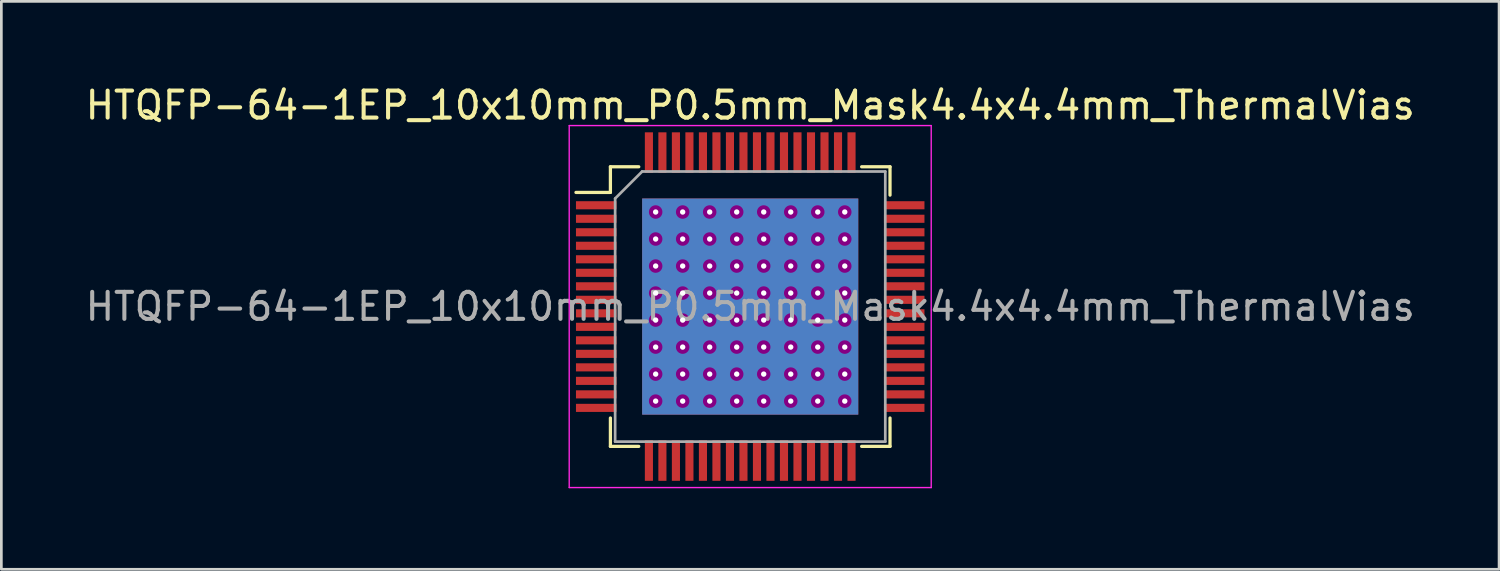
<source format=kicad_pcb>
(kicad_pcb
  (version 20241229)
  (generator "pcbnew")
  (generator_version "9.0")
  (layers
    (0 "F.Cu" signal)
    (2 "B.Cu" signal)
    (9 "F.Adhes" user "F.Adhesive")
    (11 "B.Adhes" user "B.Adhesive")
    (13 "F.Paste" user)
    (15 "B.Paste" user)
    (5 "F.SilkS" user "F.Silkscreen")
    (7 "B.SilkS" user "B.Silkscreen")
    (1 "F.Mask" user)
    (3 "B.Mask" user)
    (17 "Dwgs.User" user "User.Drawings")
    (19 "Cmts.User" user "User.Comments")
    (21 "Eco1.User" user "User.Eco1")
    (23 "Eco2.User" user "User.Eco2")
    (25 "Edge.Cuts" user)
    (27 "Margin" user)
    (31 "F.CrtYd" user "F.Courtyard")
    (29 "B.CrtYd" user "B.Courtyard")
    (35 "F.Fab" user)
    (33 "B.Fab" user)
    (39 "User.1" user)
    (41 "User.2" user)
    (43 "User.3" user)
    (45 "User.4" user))
  (footprint "HTQFP-64-1EP_10x10mm_P0.5mm_Mask4.4x4.4mm_ThermalVias"
    (layer "F.Cu")
    (at 24.72 8.298)
    (property "Reference" "HTQFP-64-1EP_10x10mm_P0.5mm_Mask4.4x4.4mm_ThermalVias" (at 0 -7.45 0) (layer "F.SilkS") (effects (font (size 1 1) (thickness 0.15))))
    (attr smd)
    (fp_line (start -5.175 -5.175) (end -5.175 -4.225) (stroke (width 0.12) (type solid)) (layer "F.SilkS"))
    (fp_line (start -5.175 -5.175) (end -4.125 -5.175) (stroke (width 0.12) (type solid)) (layer "F.SilkS"))
    (fp_line (start -5.175 -4.225) (end -6.45 -4.225) (stroke (width 0.12) (type solid)) (layer "F.SilkS"))
    (fp_line (start -5.175 5.175) (end -5.175 4.125) (stroke (width 0.12) (type solid)) (layer "F.SilkS"))
    (fp_line (start -5.175 5.175) (end -4.125 5.175) (stroke (width 0.12) (type solid)) (layer "F.SilkS"))
    (fp_line (start 5.175 -5.175) (end 4.125 -5.175) (stroke (width 0.12) (type solid)) (layer "F.SilkS"))
    (fp_line (start 5.175 -5.175) (end 5.175 -4.125) (stroke (width 0.12) (type solid)) (layer "F.SilkS"))
    (fp_line (start 5.175 5.175) (end 4.125 5.175) (stroke (width 0.12) (type solid)) (layer "F.SilkS"))
    (fp_line (start 5.175 5.175) (end 5.175 4.125) (stroke (width 0.12) (type solid)) (layer "F.SilkS"))
    (fp_line (start -6.7 -6.7) (end -6.7 6.7) (stroke (width 0.05) (type solid)) (layer "F.CrtYd"))
    (fp_line (start -6.7 -6.7) (end 6.7 -6.7) (stroke (width 0.05) (type solid)) (layer "F.CrtYd"))
    (fp_line (start -6.7 6.7) (end 6.7 6.7) (stroke (width 0.05) (type solid)) (layer "F.CrtYd"))
    (fp_line (start 6.7 -6.7) (end 6.7 6.7) (stroke (width 0.05) (type solid)) (layer "F.CrtYd"))
    (fp_line (start -5 -4) (end -4 -5) (stroke (width 0.1) (type solid)) (layer "F.Fab"))
    (fp_line (start -5 5) (end -5 -4) (stroke (width 0.1) (type solid)) (layer "F.Fab"))
    (fp_line (start -4 -5) (end 5 -5) (stroke (width 0.1) (type solid)) (layer "F.Fab"))
    (fp_line (start 5 -5) (end 5 5) (stroke (width 0.1) (type solid)) (layer "F.Fab"))
    (fp_line (start 5 5) (end -5 5) (stroke (width 0.1) (type solid)) (layer "F.Fab"))
    (fp_text user "${REFERENCE}" (at 0 0 0) (layer "F.Fab") (effects (font (size 1 1) (thickness 0.15))))
    (pad "" smd rect (at -1.1 -1.1 180) (size 1.75 1.75) (layers "F.Paste"))
    (pad "" smd rect (at -1.1 1.1 180) (size 1.75 1.75) (layers "F.Paste"))
    (pad "" smd rect (at 1.1 -1.1 180) (size 1.75 1.75) (layers "F.Paste"))
    (pad "" smd rect (at 1.1 1.1 180) (size 1.75 1.75) (layers "F.Paste"))
    (pad "1" smd rect (at -5.7 -3.75) (size 1.5 0.3) (layers "F.Cu" "F.Mask" "F.Paste"))
    (pad "2" smd rect (at -5.7 -3.25) (size 1.5 0.3) (layers "F.Cu" "F.Mask" "F.Paste"))
    (pad "3" smd rect (at -5.7 -2.75) (size 1.5 0.3) (layers "F.Cu" "F.Mask" "F.Paste"))
    (pad "4" smd rect (at -5.7 -2.25) (size 1.5 0.3) (layers "F.Cu" "F.Mask" "F.Paste"))
    (pad "5" smd rect (at -5.7 -1.75) (size 1.5 0.3) (layers "F.Cu" "F.Mask" "F.Paste"))
    (pad "6" smd rect (at -5.7 -1.25) (size 1.5 0.3) (layers "F.Cu" "F.Mask" "F.Paste"))
    (pad "7" smd rect (at -5.7 -0.75) (size 1.5 0.3) (layers "F.Cu" "F.Mask" "F.Paste"))
    (pad "8" smd rect (at -5.7 -0.25) (size 1.5 0.3) (layers "F.Cu" "F.Mask" "F.Paste"))
    (pad "9" smd rect (at -5.7 0.25) (size 1.5 0.3) (layers "F.Cu" "F.Mask" "F.Paste"))
    (pad "10" smd rect (at -5.7 0.75) (size 1.5 0.3) (layers "F.Cu" "F.Mask" "F.Paste"))
    (pad "11" smd rect (at -5.7 1.25) (size 1.5 0.3) (layers "F.Cu" "F.Mask" "F.Paste"))
    (pad "12" smd rect (at -5.7 1.75) (size 1.5 0.3) (layers "F.Cu" "F.Mask" "F.Paste"))
    (pad "13" smd rect (at -5.7 2.25) (size 1.5 0.3) (layers "F.Cu" "F.Mask" "F.Paste"))
    (pad "14" smd rect (at -5.7 2.75) (size 1.5 0.3) (layers "F.Cu" "F.Mask" "F.Paste"))
    (pad "15" smd rect (at -5.7 3.25) (size 1.5 0.3) (layers "F.Cu" "F.Mask" "F.Paste"))
    (pad "16" smd rect (at -5.7 3.75) (size 1.5 0.3) (layers "F.Cu" "F.Mask" "F.Paste"))
    (pad "17" smd rect (at -3.75 5.7 90) (size 1.5 0.3) (layers "F.Cu" "F.Mask" "F.Paste"))
    (pad "18" smd rect (at -3.25 5.7 90) (size 1.5 0.3) (layers "F.Cu" "F.Mask" "F.Paste"))
    (pad "19" smd rect (at -2.75 5.7 90) (size 1.5 0.3) (layers "F.Cu" "F.Mask" "F.Paste"))
    (pad "20" smd rect (at -2.25 5.7 90) (size 1.5 0.3) (layers "F.Cu" "F.Mask" "F.Paste"))
    (pad "21" smd rect (at -1.75 5.7 90) (size 1.5 0.3) (layers "F.Cu" "F.Mask" "F.Paste"))
    (pad "22" smd rect (at -1.25 5.7 90) (size 1.5 0.3) (layers "F.Cu" "F.Mask" "F.Paste"))
    (pad "23" smd rect (at -0.75 5.7 90) (size 1.5 0.3) (layers "F.Cu" "F.Mask" "F.Paste"))
    (pad "24" smd rect (at -0.25 5.7 90) (size 1.5 0.3) (layers "F.Cu" "F.Mask" "F.Paste"))
    (pad "25" smd rect (at 0.25 5.7 90) (size 1.5 0.3) (layers "F.Cu" "F.Mask" "F.Paste"))
    (pad "26" smd rect (at 0.75 5.7 90) (size 1.5 0.3) (layers "F.Cu" "F.Mask" "F.Paste"))
    (pad "27" smd rect (at 1.25 5.7 90) (size 1.5 0.3) (layers "F.Cu" "F.Mask" "F.Paste"))
    (pad "28" smd rect (at 1.75 5.7 90) (size 1.5 0.3) (layers "F.Cu" "F.Mask" "F.Paste"))
    (pad "29" smd rect (at 2.25 5.7 90) (size 1.5 0.3) (layers "F.Cu" "F.Mask" "F.Paste"))
    (pad "30" smd rect (at 2.75 5.7 90) (size 1.5 0.3) (layers "F.Cu" "F.Mask" "F.Paste"))
    (pad "31" smd rect (at 3.25 5.7 90) (size 1.5 0.3) (layers "F.Cu" "F.Mask" "F.Paste"))
    (pad "32" smd rect (at 3.75 5.7 90) (size 1.5 0.3) (layers "F.Cu" "F.Mask" "F.Paste"))
    (pad "33" smd rect (at 5.7 3.75) (size 1.5 0.3) (layers "F.Cu" "F.Mask" "F.Paste"))
    (pad "34" smd rect (at 5.7 3.25) (size 1.5 0.3) (layers "F.Cu" "F.Mask" "F.Paste"))
    (pad "35" smd rect (at 5.7 2.75) (size 1.5 0.3) (layers "F.Cu" "F.Mask" "F.Paste"))
    (pad "36" smd rect (at 5.7 2.25) (size 1.5 0.3) (layers "F.Cu" "F.Mask" "F.Paste"))
    (pad "37" smd rect (at 5.7 1.75) (size 1.5 0.3) (layers "F.Cu" "F.Mask" "F.Paste"))
    (pad "38" smd rect (at 5.7 1.25) (size 1.5 0.3) (layers "F.Cu" "F.Mask" "F.Paste"))
    (pad "39" smd rect (at 5.7 0.75) (size 1.5 0.3) (layers "F.Cu" "F.Mask" "F.Paste"))
    (pad "40" smd rect (at 5.7 0.25) (size 1.5 0.3) (layers "F.Cu" "F.Mask" "F.Paste"))
    (pad "41" smd rect (at 5.7 -0.25) (size 1.5 0.3) (layers "F.Cu" "F.Mask" "F.Paste"))
    (pad "42" smd rect (at 5.7 -0.75) (size 1.5 0.3) (layers "F.Cu" "F.Mask" "F.Paste"))
    (pad "43" smd rect (at 5.7 -1.25) (size 1.5 0.3) (layers "F.Cu" "F.Mask" "F.Paste"))
    (pad "44" smd rect (at 5.7 -1.75) (size 1.5 0.3) (layers "F.Cu" "F.Mask" "F.Paste"))
    (pad "45" smd rect (at 5.7 -2.25) (size 1.5 0.3) (layers "F.Cu" "F.Mask" "F.Paste"))
    (pad "46" smd rect (at 5.7 -2.75) (size 1.5 0.3) (layers "F.Cu" "F.Mask" "F.Paste"))
    (pad "47" smd rect (at 5.7 -3.25) (size 1.5 0.3) (layers "F.Cu" "F.Mask" "F.Paste"))
    (pad "48" smd rect (at 5.7 -3.75) (size 1.5 0.3) (layers "F.Cu" "F.Mask" "F.Paste"))
    (pad "49" smd rect (at 3.75 -5.7 90) (size 1.5 0.3) (layers "F.Cu" "F.Mask" "F.Paste"))
    (pad "50" smd rect (at 3.25 -5.7 90) (size 1.5 0.3) (layers "F.Cu" "F.Mask" "F.Paste"))
    (pad "51" smd rect (at 2.75 -5.7 90) (size 1.5 0.3) (layers "F.Cu" "F.Mask" "F.Paste"))
    (pad "52" smd rect (at 2.25 -5.7 90) (size 1.5 0.3) (layers "F.Cu" "F.Mask" "F.Paste"))
    (pad "53" smd rect (at 1.75 -5.7 90) (size 1.5 0.3) (layers "F.Cu" "F.Mask" "F.Paste"))
    (pad "54" smd rect (at 1.25 -5.7 90) (size 1.5 0.3) (layers "F.Cu" "F.Mask" "F.Paste"))
    (pad "55" smd rect (at 0.75 -5.7 90) (size 1.5 0.3) (layers "F.Cu" "F.Mask" "F.Paste"))
    (pad "56" smd rect (at 0.25 -5.7 90) (size 1.5 0.3) (layers "F.Cu" "F.Mask" "F.Paste"))
    (pad "57" smd rect (at -0.25 -5.7 90) (size 1.5 0.3) (layers "F.Cu" "F.Mask" "F.Paste"))
    (pad "58" smd rect (at -0.75 -5.7 90) (size 1.5 0.3) (layers "F.Cu" "F.Mask" "F.Paste"))
    (pad "59" smd rect (at -1.25 -5.7 90) (size 1.5 0.3) (layers "F.Cu" "F.Mask" "F.Paste"))
    (pad "60" smd rect (at -1.75 -5.7 90) (size 1.5 0.3) (layers "F.Cu" "F.Mask" "F.Paste"))
    (pad "61" smd rect (at -2.25 -5.7 90) (size 1.5 0.3) (layers "F.Cu" "F.Mask" "F.Paste"))
    (pad "62" smd rect (at -2.75 -5.7 90) (size 1.5 0.3) (layers "F.Cu" "F.Mask" "F.Paste"))
    (pad "63" smd rect (at -3.25 -5.7 90) (size 1.5 0.3) (layers "F.Cu" "F.Mask" "F.Paste"))
    (pad "64" smd rect (at -3.75 -5.7 90) (size 1.5 0.3) (layers "F.Cu" "F.Mask" "F.Paste"))
    (pad "65" thru_hole circle (at -3.5 -3.5 90) (size 0.5 0.5) (drill 0.2) (layers "*.Cu" "F.Adhes"))
    (pad "65" thru_hole circle (at -3.5 -2.5 90) (size 0.5 0.5) (drill 0.2) (layers "*.Cu" "F.Adhes"))
    (pad "65" thru_hole circle (at -3.5 -1.5 90) (size 0.5 0.5) (drill 0.2) (layers "*.Cu" "F.Adhes"))
    (pad "65" thru_hole circle (at -3.5 -0.5 90) (size 0.5 0.5) (drill 0.2) (layers "*.Cu" "F.Adhes"))
    (pad "65" thru_hole circle (at -3.5 0.5 90) (size 0.5 0.5) (drill 0.2) (layers "*.Cu" "F.Adhes"))
    (pad "65" thru_hole circle (at -3.5 1.5 90) (size 0.5 0.5) (drill 0.2) (layers "*.Cu" "F.Adhes"))
    (pad "65" thru_hole circle (at -3.5 2.5 90) (size 0.5 0.5) (drill 0.2) (layers "*.Cu" "F.Adhes"))
    (pad "65" thru_hole circle (at -3.5 3.5 90) (size 0.5 0.5) (drill 0.2) (layers "*.Cu" "F.Adhes"))
    (pad "65" thru_hole circle (at -2.5 -3.5 90) (size 0.5 0.5) (drill 0.2) (layers "*.Cu" "F.Adhes"))
    (pad "65" thru_hole circle (at -2.5 -2.5 90) (size 0.5 0.5) (drill 0.2) (layers "*.Cu" "F.Adhes"))
    (pad "65" thru_hole circle (at -2.5 -1.5 90) (size 0.5 0.5) (drill 0.2) (layers "*.Cu" "F.Adhes"))
    (pad "65" thru_hole circle (at -2.5 -0.5 90) (size 0.5 0.5) (drill 0.2) (layers "*.Cu" "F.Adhes"))
    (pad "65" thru_hole circle (at -2.5 0.5 90) (size 0.5 0.5) (drill 0.2) (layers "*.Cu" "F.Adhes"))
    (pad "65" thru_hole circle (at -2.5 1.5 90) (size 0.5 0.5) (drill 0.2) (layers "*.Cu" "F.Adhes"))
    (pad "65" thru_hole circle (at -2.5 2.5 90) (size 0.5 0.5) (drill 0.2) (layers "*.Cu" "F.Adhes"))
    (pad "65" thru_hole circle (at -2.5 3.5 90) (size 0.5 0.5) (drill 0.2) (layers "*.Cu" "F.Adhes"))
    (pad "65" thru_hole circle (at -1.5 -3.5 90) (size 0.5 0.5) (drill 0.2) (layers "*.Cu" "F.Adhes"))
    (pad "65" thru_hole circle (at -1.5 -2.5 90) (size 0.5 0.5) (drill 0.2) (layers "*.Cu" "F.Adhes"))
    (pad "65" thru_hole circle (at -1.5 -1.5 90) (size 0.5 0.5) (drill 0.2) (layers "*.Cu" "F.Adhes"))
    (pad "65" thru_hole circle (at -1.5 -0.5 90) (size 0.5 0.5) (drill 0.2) (layers "*.Cu" "F.Adhes"))
    (pad "65" thru_hole circle (at -1.5 0.5 90) (size 0.5 0.5) (drill 0.2) (layers "*.Cu" "F.Adhes"))
    (pad "65" thru_hole circle (at -1.5 1.5 90) (size 0.5 0.5) (drill 0.2) (layers "*.Cu" "F.Adhes"))
    (pad "65" thru_hole circle (at -1.5 2.5 90) (size 0.5 0.5) (drill 0.2) (layers "*.Cu" "F.Adhes"))
    (pad "65" thru_hole circle (at -1.5 3.5 90) (size 0.5 0.5) (drill 0.2) (layers "*.Cu" "F.Adhes"))
    (pad "65" thru_hole circle (at -0.5 -3.5 90) (size 0.5 0.5) (drill 0.2) (layers "*.Cu" "F.Adhes"))
    (pad "65" thru_hole circle (at -0.5 -2.5 90) (size 0.5 0.5) (drill 0.2) (layers "*.Cu" "F.Adhes"))
    (pad "65" thru_hole circle (at -0.5 -1.5 90) (size 0.5 0.5) (drill 0.2) (layers "*.Cu" "F.Adhes"))
    (pad "65" thru_hole circle (at -0.5 -0.5 90) (size 0.5 0.5) (drill 0.2) (layers "*.Cu" "F.Adhes"))
    (pad "65" thru_hole circle (at -0.5 0.5 90) (size 0.5 0.5) (drill 0.2) (layers "*.Cu" "F.Adhes"))
    (pad "65" thru_hole circle (at -0.5 1.5 90) (size 0.5 0.5) (drill 0.2) (layers "*.Cu" "F.Adhes"))
    (pad "65" thru_hole circle (at -0.5 2.5 90) (size 0.5 0.5) (drill 0.2) (layers "*.Cu" "F.Adhes"))
    (pad "65" thru_hole circle (at -0.5 3.5 90) (size 0.5 0.5) (drill 0.2) (layers "*.Cu" "F.Adhes"))
    (pad "65" smd rect (at 0 0 180) (size 8 8) (layers "F.Cu" "F.Mask"))
    (pad "65" smd rect (at 0 0 180) (size 8 8) (layers "B.Cu"))
    (pad "65" thru_hole circle (at 0.5 -3.5 90) (size 0.5 0.5) (drill 0.2) (layers "*.Cu" "F.Adhes"))
    (pad "65" thru_hole circle (at 0.5 -2.5 90) (size 0.5 0.5) (drill 0.2) (layers "*.Cu" "F.Adhes"))
    (pad "65" thru_hole circle (at 0.5 -1.5 90) (size 0.5 0.5) (drill 0.2) (layers "*.Cu" "F.Adhes"))
    (pad "65" thru_hole circle (at 0.5 -0.5 90) (size 0.5 0.5) (drill 0.2) (layers "*.Cu" "F.Adhes"))
    (pad "65" thru_hole circle (at 0.5 0.5 90) (size 0.5 0.5) (drill 0.2) (layers "*.Cu" "F.Adhes"))
    (pad "65" thru_hole circle (at 0.5 1.5 90) (size 0.5 0.5) (drill 0.2) (layers "*.Cu" "F.Adhes"))
    (pad "65" thru_hole circle (at 0.5 2.5 90) (size 0.5 0.5) (drill 0.2) (layers "*.Cu" "F.Adhes"))
    (pad "65" thru_hole circle (at 0.5 3.5 90) (size 0.5 0.5) (drill 0.2) (layers "*.Cu" "F.Adhes"))
    (pad "65" thru_hole circle (at 1.5 -3.5 90) (size 0.5 0.5) (drill 0.2) (layers "*.Cu" "F.Adhes"))
    (pad "65" thru_hole circle (at 1.5 -2.5 90) (size 0.5 0.5) (drill 0.2) (layers "*.Cu" "F.Adhes"))
    (pad "65" thru_hole circle (at 1.5 -1.5 90) (size 0.5 0.5) (drill 0.2) (layers "*.Cu" "F.Adhes"))
    (pad "65" thru_hole circle (at 1.5 -0.5 90) (size 0.5 0.5) (drill 0.2) (layers "*.Cu" "F.Adhes"))
    (pad "65" thru_hole circle (at 1.5 0.5 90) (size 0.5 0.5) (drill 0.2) (layers "*.Cu" "F.Adhes"))
    (pad "65" thru_hole circle (at 1.5 1.5 90) (size 0.5 0.5) (drill 0.2) (layers "*.Cu" "F.Adhes"))
    (pad "65" thru_hole circle (at 1.5 2.5 90) (size 0.5 0.5) (drill 0.2) (layers "*.Cu" "F.Adhes"))
    (pad "65" thru_hole circle (at 1.5 3.5 90) (size 0.5 0.5) (drill 0.2) (layers "*.Cu" "F.Adhes"))
    (pad "65" thru_hole circle (at 2.5 -3.5 90) (size 0.5 0.5) (drill 0.2) (layers "*.Cu" "F.Adhes"))
    (pad "65" thru_hole circle (at 2.5 -2.5 90) (size 0.5 0.5) (drill 0.2) (layers "*.Cu" "F.Adhes"))
    (pad "65" thru_hole circle (at 2.5 -1.5 90) (size 0.5 0.5) (drill 0.2) (layers "*.Cu" "F.Adhes"))
    (pad "65" thru_hole circle (at 2.5 -0.5 90) (size 0.5 0.5) (drill 0.2) (layers "*.Cu" "F.Adhes"))
    (pad "65" thru_hole circle (at 2.5 0.5 90) (size 0.5 0.5) (drill 0.2) (layers "*.Cu" "F.Adhes"))
    (pad "65" thru_hole circle (at 2.5 1.5 90) (size 0.5 0.5) (drill 0.2) (layers "*.Cu" "F.Adhes"))
    (pad "65" thru_hole circle (at 2.5 2.5 90) (size 0.5 0.5) (drill 0.2) (layers "*.Cu" "F.Adhes"))
    (pad "65" thru_hole circle (at 2.5 3.5 90) (size 0.5 0.5) (drill 0.2) (layers "*.Cu" "F.Adhes"))
    (pad "65" thru_hole circle (at 3.5 -3.5 90) (size 0.5 0.5) (drill 0.2) (layers "*.Cu" "F.Adhes"))
    (pad "65" thru_hole circle (at 3.5 -2.5 90) (size 0.5 0.5) (drill 0.2) (layers "*.Cu" "F.Adhes"))
    (pad "65" thru_hole circle (at 3.5 -1.5 90) (size 0.5 0.5) (drill 0.2) (layers "*.Cu" "F.Adhes"))
    (pad "65" thru_hole circle (at 3.5 -0.5 90) (size 0.5 0.5) (drill 0.2) (layers "*.Cu" "F.Adhes"))
    (pad "65" thru_hole circle (at 3.5 0.5 90) (size 0.5 0.5) (drill 0.2) (layers "*.Cu" "F.Adhes"))
    (pad "65" thru_hole circle (at 3.5 1.5 90) (size 0.5 0.5) (drill 0.2) (layers "*.Cu" "F.Adhes"))
    (pad "65" thru_hole circle (at 3.5 2.5 90) (size 0.5 0.5) (drill 0.2) (layers "*.Cu" "F.Adhes"))
    (pad "65" thru_hole circle (at 3.5 3.5 90) (size 0.5 0.5) (drill 0.2) (layers "*.Cu" "F.Adhes")))
  (gr_rect
    (start -3 -3)
    (end 52.44 18.023)
    (stroke (width 0.1) (type default))
    (fill no)
    (layer "Edge.Cuts")))
</source>
